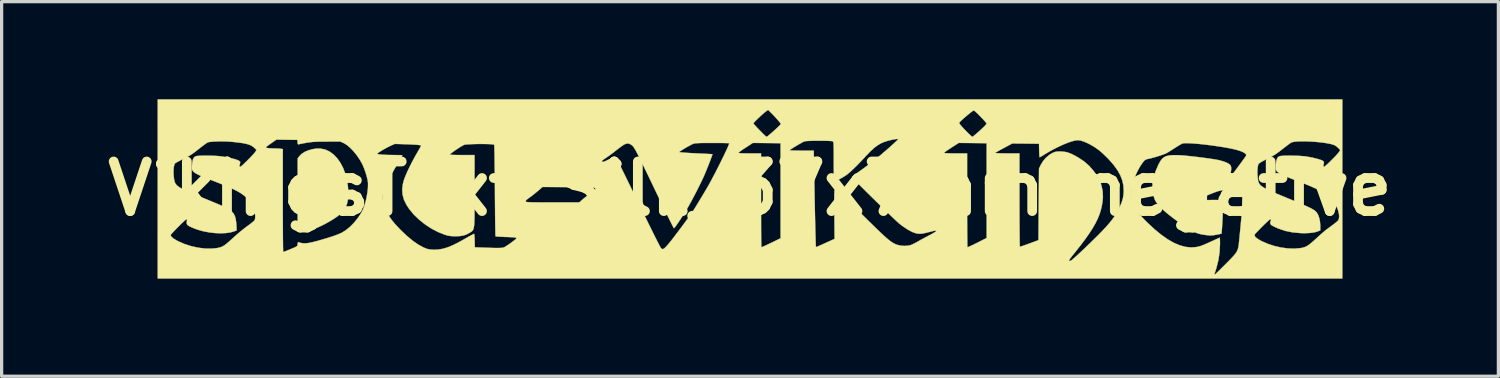
<source format=kicad_pcb>
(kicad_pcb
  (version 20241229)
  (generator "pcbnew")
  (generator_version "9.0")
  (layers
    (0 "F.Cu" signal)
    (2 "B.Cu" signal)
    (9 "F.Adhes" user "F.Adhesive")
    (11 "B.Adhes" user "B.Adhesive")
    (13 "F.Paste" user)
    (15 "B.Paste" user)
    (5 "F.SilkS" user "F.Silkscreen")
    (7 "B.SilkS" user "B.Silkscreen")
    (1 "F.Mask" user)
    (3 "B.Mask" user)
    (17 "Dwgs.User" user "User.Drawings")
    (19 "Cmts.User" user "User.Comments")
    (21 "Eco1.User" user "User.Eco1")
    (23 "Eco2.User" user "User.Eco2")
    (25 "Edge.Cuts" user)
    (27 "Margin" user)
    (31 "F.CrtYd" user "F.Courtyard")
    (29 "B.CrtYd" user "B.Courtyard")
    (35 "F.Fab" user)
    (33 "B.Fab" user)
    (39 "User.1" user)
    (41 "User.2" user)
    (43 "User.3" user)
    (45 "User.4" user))
  (footprint "VikingsText_Silk_37x7mm_negative"
    (layer "F.Cu")
    (at 20.001 2.748)
    (property "Reference" "VikingsText_Silk_37x7mm_negative" (at 0 0 0) (layer "F.SilkS") (effects (font (size 1.524 1.524) (thickness 0.3))))
    (attr through_hole)
    (fp_poly (pts (xy -13.192 -1.23) (xy -13.054 -1.201) (xy -12.923 -1.14) (xy -12.801 -1.052) (xy -12.691 -0.937) (xy -12.592 -0.799) (xy -12.508 -0.641) (xy -12.44 -0.464) (xy -12.39 -0.272) (xy -12.358 -0.066) (xy -12.351 0.034) (xy -12.348 0.203) (xy -12.359 0.346) (xy -12.387 0.469) (xy -12.432 0.577) (xy -12.496 0.676) (xy -12.561 0.751) (xy -12.631 0.813) (xy -12.727 0.884) (xy -12.841 0.958) (xy -12.968 1.033) (xy -13.1 1.104) (xy -13.232 1.168) (xy -13.357 1.222) (xy -13.42 1.245) (xy -13.515 1.273) (xy -13.61 1.291) (xy -13.723 1.3) (xy -13.729 1.3) (xy -13.902 1.308) (xy -13.902 -0.929) (xy -13.847 -1.002) (xy -13.776 -1.072) (xy -13.68 -1.133) (xy -13.564 -1.181) (xy -13.438 -1.215) (xy -13.308 -1.232) (xy -13.192 -1.23)) (stroke (width 0.01) (type solid)) (fill yes) (layer "F.SilkS"))
    (fp_poly (pts (xy 18.203 2.76) (xy -18.203 2.76) (xy -18.203 1.417) (xy -17.803 1.417) (xy -17.802 1.449) (xy -17.771 1.489) (xy -17.712 1.537) (xy -17.625 1.59) (xy -17.578 1.615) (xy -17.382 1.701) (xy -17.174 1.768) (xy -16.959 1.815) (xy -16.747 1.841) (xy -16.543 1.843) (xy -16.392 1.828) (xy -16.322 1.814) (xy -16.26 1.796) (xy -16.202 1.77) (xy -16.142 1.733) (xy -16.075 1.681) (xy -15.994 1.611) (xy -15.904 1.529) (xy -15.811 1.445) (xy -15.709 1.357) (xy -15.605 1.271) (xy -15.51 1.197) (xy -15.463 1.162) (xy -15.388 1.107) (xy -15.321 1.055) (xy -15.268 1.011) (xy -15.235 0.98) (xy -15.229 0.972) (xy -15.214 0.94) (xy -15.208 0.895) (xy -15.208 0.828) (xy -15.21 0.803) (xy -15.234 0.668) (xy -15.287 0.532) (xy -15.365 0.403) (xy -15.459 0.294) (xy -15.518 0.238) (xy -15.584 0.186) (xy -15.659 0.135) (xy -15.745 0.084) (xy -15.848 0.031) (xy -15.969 -0.025) (xy -16.111 -0.087) (xy -16.28 -0.155) (xy -16.476 -0.232) (xy -16.51 -0.245) (xy -16.667 -0.306) (xy -16.796 -0.358) (xy -16.898 -0.401) (xy -16.978 -0.439) (xy -17.038 -0.471) (xy -17.081 -0.5) (xy -17.112 -0.528) (xy -17.12 -0.537) (xy -17.138 -0.564) (xy -17.149 -0.593) (xy -17.152 -0.634) (xy -17.15 -0.695) (xy -17.149 -0.723) (xy -17.137 -0.831) (xy -17.117 -0.91) (xy -17.085 -0.963) (xy -17.041 -0.994) (xy -17.01 -1.002) (xy -16.946 -1.009) (xy -16.857 -1.013) (xy -16.75 -1.015) (xy -16.633 -1.014) (xy -16.514 -1.011) (xy -16.401 -1.006) (xy -16.302 -0.998) (xy -16.235 -0.99) (xy -16.092 -0.966) (xy -15.963 -0.94) (xy -15.853 -0.912) (xy -15.765 -0.884) (xy -15.704 -0.856) (xy -15.672 -0.83) (xy -15.672 -0.83) (xy -15.67 -0.803) (xy -15.678 -0.761) (xy -15.681 -0.752) (xy -15.692 -0.704) (xy -15.686 -0.677) (xy -15.682 -0.672) (xy -15.668 -0.672) (xy -15.64 -0.688) (xy -15.598 -0.723) (xy -15.537 -0.78) (xy -15.456 -0.859) (xy -15.451 -0.864) (xy -15.379 -0.937) (xy -15.313 -1.006) (xy -15.258 -1.065) (xy -15.219 -1.11) (xy -15.203 -1.132) (xy -15.168 -1.188) (xy -15.224 -1.246) (xy -15.249 -1.268) (xy -14.884 -1.268) (xy -14.868 -1.257) (xy -14.824 -1.248) (xy -14.758 -1.241) (xy -14.675 -1.237) (xy -14.622 -1.236) (xy -14.548 -1.235) (xy -14.478 -1.231) (xy -14.427 -1.226) (xy -14.423 -1.225) (xy -14.359 -1.215) (xy -14.359 0.355) (xy -14.359 0.583) (xy -14.359 0.801) (xy -14.358 1.007) (xy -14.358 1.198) (xy -14.357 1.373) (xy -14.356 1.529) (xy -14.354 1.663) (xy -14.353 1.773) (xy -14.351 1.857) (xy -14.35 1.912) (xy -14.348 1.936) (xy -14.348 1.937) (xy -14.323 1.942) (xy -14.318 1.941) (xy -14.295 1.931) (xy -14.249 1.912) (xy -14.187 1.887) (xy -14.148 1.871) (xy -14.055 1.832) (xy -13.989 1.804) (xy -13.946 1.781) (xy -13.92 1.762) (xy -13.907 1.743) (xy -13.903 1.72) (xy -13.902 1.7) (xy -13.899 1.661) (xy -13.888 1.647) (xy -13.873 1.649) (xy -13.807 1.667) (xy -13.745 1.678) (xy -13.682 1.681) (xy -13.612 1.676) (xy -13.529 1.663) (xy -13.43 1.641) (xy -13.307 1.609) (xy -13.191 1.577) (xy -12.985 1.516) (xy -12.812 1.46) (xy -12.672 1.409) (xy -12.564 1.363) (xy -12.544 1.353) (xy -12.419 1.275) (xy -12.292 1.171) (xy -12.169 1.046) (xy -12.056 0.907) (xy -11.959 0.761) (xy -11.895 0.638) (xy -11.852 0.526) (xy -11.813 0.393) (xy -11.781 0.249) (xy -11.757 0.104) (xy -11.742 -0.034) (xy -11.74 -0.154) (xy -11.742 -0.193) (xy -11.757 -0.284) (xy -11.785 -0.394) (xy -11.821 -0.514) (xy -11.864 -0.632) (xy -11.909 -0.738) (xy -11.922 -0.765) (xy -11.997 -0.897) (xy -12.085 -1.025) (xy -12.124 -1.074) (xy -11.459 -1.074) (xy -11.446 -1.064) (xy -11.403 -1.055) (xy -11.332 -1.047) (xy -11.239 -1.041) (xy -11.125 -1.036) (xy -10.996 -1.034) (xy -10.909 -1.033) (xy -10.827 -1.032) (xy -10.758 -1.031) (xy -10.709 -1.028) (xy -10.686 -1.025) (xy -10.685 -1.025) (xy -10.693 -1.008) (xy -10.716 -0.967) (xy -10.75 -0.907) (xy -10.793 -0.833) (xy -10.832 -0.767) (xy -10.941 -0.58) (xy -11.033 -0.419) (xy -11.108 -0.28) (xy -11.169 -0.16) (xy -11.216 -0.056) (xy -11.25 0.035) (xy -11.272 0.116) (xy -11.284 0.191) (xy -11.288 0.263) (xy -11.283 0.334) (xy -11.271 0.408) (xy -11.235 0.55) (xy -11.183 0.686) (xy -11.11 0.82) (xy -11.016 0.958) (xy -10.897 1.102) (xy -10.75 1.258) (xy -10.737 1.271) (xy -10.545 1.453) (xy -10.365 1.602) (xy -10.194 1.721) (xy -10.034 1.808) (xy -9.933 1.849) (xy -9.836 1.87) (xy -9.719 1.878) (xy -9.591 1.872) (xy -9.464 1.852) (xy -9.44 1.847) (xy -9.337 1.818) (xy -9.232 1.781) (xy -9.118 1.731) (xy -8.991 1.668) (xy -8.845 1.588) (xy -8.766 1.543) (xy -8.68 1.494) (xy -8.604 1.451) (xy -8.542 1.418) (xy -8.5 1.396) (xy -8.483 1.389) (xy -8.477 1.404) (xy -8.471 1.448) (xy -8.466 1.512) (xy -8.463 1.59) (xy -8.463 1.596) (xy -8.458 1.803) (xy -8.052 1.817) (xy -7.905 1.822) (xy -7.789 1.824) (xy -7.701 1.823) (xy -7.636 1.82) (xy -7.593 1.815) (xy -7.579 1.812) (xy -7.544 1.796) (xy -7.493 1.765) (xy -7.431 1.725) (xy -7.365 1.679) (xy -7.301 1.632) (xy -7.245 1.588) (xy -7.203 1.552) (xy -7.181 1.528) (xy -7.18 1.524) (xy -7.184 1.514) (xy -7.2 1.506) (xy -7.231 1.5) (xy -7.282 1.494) (xy -7.357 1.49) (xy -7.458 1.486) (xy -7.533 1.484) (xy -7.627 1.48) (xy -7.708 1.476) (xy -7.771 1.471) (xy -7.811 1.467) (xy -7.821 1.464) (xy -7.823 1.446) (xy -7.825 1.397) (xy -7.826 1.318) (xy -7.829 1.214) (xy -7.831 1.085) (xy -7.833 0.935) (xy -7.835 0.767) (xy -7.836 0.583) (xy -7.838 0.384) (xy -7.838 0.384) (xy -6.896 0.384) (xy -6.89 0.4) (xy -6.89 0.401) (xy -6.879 0.406) (xy -6.857 0.411) (xy -6.82 0.414) (xy -6.765 0.417) (xy -6.69 0.42) (xy -6.593 0.421) (xy -6.47 0.422) (xy -6.32 0.423) (xy -6.14 0.423) (xy -6.061 0.423) (xy -5.251 0.423) (xy -5.136 0.325) (xy -5.066 0.267) (xy -4.984 0.201) (xy -4.905 0.14) (xy -4.89 0.129) (xy -4.832 0.085) (xy -4.786 0.049) (xy -4.757 0.024) (xy -4.75 0.017) (xy -4.755 -0.003) (xy -4.77 -0.019) (xy -4.782 -0.025) (xy -4.807 -0.03) (xy -4.847 -0.034) (xy -4.904 -0.037) (xy -4.982 -0.04) (xy -5.082 -0.042) (xy -5.208 -0.044) (xy -5.362 -0.046) (xy -5.546 -0.047) (xy -5.587 -0.047) (xy -6.377 -0.052) (xy -6.512 0.064) (xy -6.581 0.121) (xy -6.652 0.179) (xy -6.715 0.228) (xy -6.739 0.245) (xy -6.813 0.298) (xy -6.861 0.336) (xy -6.888 0.364) (xy -6.896 0.384) (xy -7.838 0.384) (xy -7.84 0.175) (xy -7.84 0.062) (xy -7.842 -0.152) (xy -7.844 -0.357) (xy -7.846 -0.55) (xy -7.848 -0.728) (xy -7.849 -0.846) (xy -4.555 -0.846) (xy -4.543 -0.824) (xy -4.507 -0.824) (xy -4.445 -0.846) (xy -4.392 -0.873) (xy -4.299 -0.914) (xy -4.222 -0.928) (xy -4.155 -0.913) (xy -4.095 -0.868) (xy -4.038 -0.792) (xy -4.011 -0.746) (xy -3.996 -0.716) (xy -3.967 -0.658) (xy -3.926 -0.575) (xy -3.874 -0.469) (xy -3.811 -0.342) (xy -3.741 -0.198) (xy -3.663 -0.038) (xy -3.578 0.135) (xy -3.489 0.317) (xy -3.396 0.508) (xy -3.368 0.567) (xy -3.275 0.758) (xy -3.185 0.941) (xy -3.101 1.113) (xy -3.022 1.272) (xy -2.951 1.416) (xy -2.888 1.542) (xy -2.834 1.647) (xy -2.791 1.731) (xy -2.76 1.789) (xy -2.742 1.82) (xy -2.739 1.824) (xy -2.706 1.854) (xy -2.677 1.859) (xy -2.641 1.84) (xy -2.613 1.816) (xy -2.58 1.783) (xy -2.533 1.731) (xy -2.48 1.669) (xy -2.452 1.634) (xy -2.408 1.579) (xy -2.35 1.504) (xy -2.282 1.413) (xy -2.205 1.313) (xy -2.126 1.207) (xy -2.047 1.101) (xy -1.972 0.999) (xy -1.905 0.908) (xy -1.85 0.832) (xy -1.81 0.776) (xy -1.8 0.762) (xy -1.756 0.695) (xy -1.699 0.604) (xy -1.633 0.497) (xy -1.56 0.378) (xy -1.486 0.255) (xy -1.413 0.133) (xy -1.345 0.019) (xy -1.287 -0.082) (xy -1.261 -0.128) (xy -1.2 -0.239) (xy -1.136 -0.36) (xy -1.068 -0.488) (xy -1.001 -0.62) (xy -0.934 -0.752) (xy -0.87 -0.881) (xy -0.81 -1.003) (xy -0.763 -1.101) (xy -0.356 -1.101) (xy -0.339 -1.095) (xy -0.289 -1.089) (xy -0.209 -1.086) (xy -0.097 -1.084) (xy -0.008 -1.084) (xy 0.339 -1.084) (xy 0.339 0.353) (xy 0.339 0.57) (xy 0.339 0.778) (xy 0.34 0.974) (xy 0.34 1.154) (xy 0.341 1.318) (xy 0.342 1.462) (xy 0.343 1.583) (xy 0.345 1.68) (xy 0.346 1.75) (xy 0.347 1.79) (xy 0.348 1.799) (xy 0.366 1.795) (xy 0.409 1.778) (xy 0.472 1.75) (xy 0.552 1.713) (xy 0.642 1.67) (xy 0.649 1.667) (xy 0.94 1.525) (xy 0.94 -1.181) (xy 1.219 -1.181) (xy 1.235 -1.177) (xy 1.281 -1.174) (xy 1.35 -1.171) (xy 1.438 -1.17) (xy 1.541 -1.169) (xy 1.589 -1.168) (xy 1.959 -1.168) (xy 1.97 -0.521) (xy 1.975 -0.26) (xy 1.98 -0.006) (xy 1.985 0.24) (xy 1.989 0.476) (xy 1.994 0.699) (xy 1.999 0.907) (xy 2.003 1.098) (xy 2.007 1.27) (xy 2.011 1.42) (xy 2.015 1.547) (xy 2.018 1.648) (xy 2.02 1.721) (xy 2.023 1.763) (xy 2.024 1.774) (xy 2.034 1.793) (xy 2.037 1.795) (xy 2.053 1.788) (xy 2.096 1.77) (xy 2.159 1.742) (xy 2.238 1.707) (xy 2.321 1.669) (xy 2.599 1.544) (xy 2.593 0.789) (xy 2.592 0.609) (xy 2.591 0.461) (xy 2.59 0.34) (xy 2.59 0.245) (xy 2.591 0.172) (xy 2.593 0.118) (xy 2.595 0.08) (xy 2.599 0.056) (xy 2.604 0.042) (xy 2.61 0.036) (xy 2.617 0.034) (xy 2.621 0.034) (xy 2.656 0.044) (xy 2.699 0.068) (xy 2.703 0.071) (xy 2.723 0.089) (xy 2.766 0.129) (xy 2.828 0.188) (xy 2.907 0.265) (xy 3.001 0.357) (xy 3.107 0.462) (xy 3.224 0.577) (xy 3.35 0.7) (xy 3.471 0.821) (xy 3.637 0.985) (xy 3.782 1.127) (xy 3.906 1.248) (xy 4.014 1.351) (xy 4.106 1.437) (xy 4.185 1.508) (xy 4.252 1.565) (xy 4.311 1.611) (xy 4.363 1.648) (xy 4.41 1.676) (xy 4.455 1.699) (xy 4.499 1.718) (xy 4.525 1.727) (xy 4.63 1.752) (xy 4.748 1.76) (xy 4.862 1.752) (xy 4.94 1.734) (xy 4.995 1.711) (xy 5.065 1.677) (xy 5.134 1.639) (xy 5.139 1.636) (xy 5.198 1.602) (xy 5.278 1.558) (xy 5.369 1.509) (xy 5.462 1.46) (xy 5.485 1.448) (xy 5.565 1.405) (xy 5.634 1.366) (xy 5.686 1.334) (xy 5.716 1.312) (xy 5.721 1.306) (xy 5.721 1.295) (xy 5.711 1.29) (xy 5.686 1.291) (xy 5.642 1.299) (xy 5.574 1.316) (xy 5.479 1.34) (xy 5.463 1.344) (xy 5.381 1.364) (xy 5.3 1.379) (xy 5.234 1.387) (xy 5.209 1.388) (xy 5.103 1.373) (xy 4.983 1.33) (xy 4.848 1.258) (xy 4.697 1.157) (xy 4.592 1.077) (xy 4.559 1.049) (xy 4.507 1.001) (xy 4.438 0.936) (xy 4.355 0.857) (xy 4.26 0.766) (xy 4.156 0.665) (xy 4.045 0.558) (xy 3.931 0.446) (xy 3.815 0.332) (xy 3.7 0.219) (xy 3.589 0.11) (xy 3.485 0.006) (xy 3.389 -0.09) (xy 3.305 -0.175) (xy 3.234 -0.247) (xy 3.18 -0.303) (xy 3.146 -0.34) (xy 3.133 -0.357) (xy 3.133 -0.357) (xy 3.146 -0.37) (xy 3.183 -0.399) (xy 3.239 -0.441) (xy 3.31 -0.494) (xy 3.392 -0.553) (xy 3.408 -0.564) (xy 3.513 -0.64) (xy 3.627 -0.726) (xy 3.741 -0.812) (xy 3.844 -0.893) (xy 3.903 -0.94) (xy 3.985 -1.008) (xy 4.074 -1.083) (xy 4.092 -1.099) (xy 5.961 -1.099) (xy 5.977 -1.094) (xy 6.022 -1.09) (xy 6.091 -1.087) (xy 6.179 -1.085) (xy 6.281 -1.084) (xy 6.316 -1.084) (xy 6.672 -1.084) (xy 6.672 0.353) (xy 6.672 0.57) (xy 6.672 0.778) (xy 6.673 0.974) (xy 6.674 1.155) (xy 6.674 1.318) (xy 6.676 1.462) (xy 6.677 1.584) (xy 6.678 1.681) (xy 6.68 1.751) (xy 6.681 1.791) (xy 6.682 1.8) (xy 6.7 1.796) (xy 6.743 1.778) (xy 6.806 1.75) (xy 6.885 1.712) (xy 6.975 1.667) (xy 6.983 1.663) (xy 7.273 1.516) (xy 7.273 -1.097) (xy 7.535 -1.097) (xy 7.551 -1.093) (xy 7.597 -1.09) (xy 7.666 -1.087) (xy 7.755 -1.085) (xy 7.858 -1.084) (xy 7.908 -1.084) (xy 8.28 -1.084) (xy 8.28 0.346) (xy 8.281 0.563) (xy 8.281 0.77) (xy 8.282 0.965) (xy 8.283 1.145) (xy 8.284 1.308) (xy 8.285 1.451) (xy 8.287 1.572) (xy 8.288 1.667) (xy 8.29 1.736) (xy 8.292 1.775) (xy 8.293 1.783) (xy 8.312 1.78) (xy 8.358 1.767) (xy 8.424 1.744) (xy 8.506 1.716) (xy 8.585 1.687) (xy 8.865 1.583) (xy 8.873 0.482) (xy 8.882 -0.618) (xy 8.938 -0.734) (xy 9.007 -0.846) (xy 9.097 -0.951) (xy 9.2 -1.039) (xy 9.29 -1.094) (xy 9.343 -1.118) (xy 9.39 -1.133) (xy 9.441 -1.14) (xy 9.51 -1.142) (xy 9.542 -1.142) (xy 9.633 -1.137) (xy 9.717 -1.124) (xy 9.801 -1.099) (xy 9.892 -1.061) (xy 9.998 -1.007) (xy 10.102 -0.947) (xy 10.276 -0.831) (xy 10.426 -0.698) (xy 10.559 -0.544) (xy 10.628 -0.447) (xy 10.729 -0.273) (xy 10.799 -0.101) (xy 10.837 0.074) (xy 10.846 0.255) (xy 10.837 0.373) (xy 10.815 0.514) (xy 10.784 0.651) (xy 10.741 0.787) (xy 10.685 0.925) (xy 10.615 1.067) (xy 10.528 1.218) (xy 10.424 1.379) (xy 10.301 1.554) (xy 10.156 1.746) (xy 9.989 1.958) (xy 9.95 2.006) (xy 9.889 2.082) (xy 9.847 2.136) (xy 9.821 2.173) (xy 9.809 2.197) (xy 9.808 2.212) (xy 9.815 2.223) (xy 9.815 2.223) (xy 9.827 2.227) (xy 9.847 2.22) (xy 9.878 2.201) (xy 9.92 2.168) (xy 9.977 2.119) (xy 10.05 2.053) (xy 10.142 1.968) (xy 10.253 1.863) (xy 10.386 1.736) (xy 10.555 1.572) (xy 10.701 1.428) (xy 10.826 1.3) (xy 10.933 1.186) (xy 11.025 1.082) (xy 11.103 0.987) (xy 11.171 0.896) (xy 11.23 0.807) (xy 11.284 0.717) (xy 11.334 0.623) (xy 11.357 0.576) (xy 11.42 0.432) (xy 11.46 0.3) (xy 11.479 0.181) (xy 11.726 0.181) (xy 11.735 0.302) (xy 11.757 0.403) (xy 11.758 0.406) (xy 11.796 0.506) (xy 11.839 0.596) (xy 11.891 0.682) (xy 11.956 0.77) (xy 12.037 0.864) (xy 12.139 0.971) (xy 12.212 1.043) (xy 12.429 1.245) (xy 12.636 1.415) (xy 12.834 1.555) (xy 13.023 1.663) (xy 13.204 1.741) (xy 13.379 1.789) (xy 13.548 1.807) (xy 13.712 1.796) (xy 13.834 1.768) (xy 13.882 1.751) (xy 13.953 1.723) (xy 14.038 1.686) (xy 14.13 1.645) (xy 14.177 1.624) (xy 14.262 1.585) (xy 14.335 1.551) (xy 14.392 1.525) (xy 14.427 1.51) (xy 14.436 1.507) (xy 14.439 1.523) (xy 14.442 1.566) (xy 14.444 1.629) (xy 14.444 1.701) (xy 14.431 1.956) (xy 14.393 2.206) (xy 14.333 2.44) (xy 14.306 2.524) (xy 14.288 2.58) (xy 14.279 2.615) (xy 14.277 2.634) (xy 14.28 2.641) (xy 14.285 2.642) (xy 14.299 2.63) (xy 14.334 2.598) (xy 14.387 2.547) (xy 14.453 2.482) (xy 14.53 2.405) (xy 14.616 2.32) (xy 14.617 2.319) (xy 14.722 2.213) (xy 14.806 2.126) (xy 14.871 2.055) (xy 14.92 1.995) (xy 14.955 1.942) (xy 14.98 1.894) (xy 14.998 1.845) (xy 15.01 1.791) (xy 15.019 1.734) (xy 15.024 1.694) (xy 15.031 1.626) (xy 15.04 1.534) (xy 15.049 1.448) (xy 15.507 1.448) (xy 15.537 1.491) (xy 15.6 1.541) (xy 15.694 1.597) (xy 15.714 1.608) (xy 15.902 1.692) (xy 16.104 1.759) (xy 16.314 1.808) (xy 16.523 1.837) (xy 16.724 1.844) (xy 16.909 1.829) (xy 16.916 1.828) (xy 16.988 1.814) (xy 17.051 1.795) (xy 17.11 1.768) (xy 17.172 1.729) (xy 17.241 1.675) (xy 17.325 1.602) (xy 17.396 1.538) (xy 17.476 1.465) (xy 17.554 1.394) (xy 17.626 1.332) (xy 17.683 1.284) (xy 17.713 1.261) (xy 17.771 1.218) (xy 17.843 1.165) (xy 17.916 1.11) (xy 17.936 1.096) (xy 17.995 1.05) (xy 18.045 1.007) (xy 18.078 0.975) (xy 18.086 0.964) (xy 18.105 0.896) (xy 18.105 0.808) (xy 18.086 0.706) (xy 18.051 0.598) (xy 17.999 0.49) (xy 17.988 0.471) (xy 17.938 0.393) (xy 17.881 0.321) (xy 17.813 0.254) (xy 17.734 0.19) (xy 17.638 0.127) (xy 17.524 0.063) (xy 17.389 -0.003) (xy 17.23 -0.074) (xy 17.044 -0.15) (xy 16.84 -0.229) (xy 16.676 -0.292) (xy 16.54 -0.346) (xy 16.431 -0.392) (xy 16.346 -0.432) (xy 16.28 -0.466) (xy 16.233 -0.496) (xy 16.2 -0.524) (xy 16.188 -0.537) (xy 16.17 -0.564) (xy 16.159 -0.592) (xy 16.156 -0.63) (xy 16.158 -0.689) (xy 16.16 -0.725) (xy 16.172 -0.832) (xy 16.192 -0.91) (xy 16.221 -0.962) (xy 16.263 -0.992) (xy 16.298 -1.002) (xy 16.363 -1.009) (xy 16.453 -1.014) (xy 16.561 -1.015) (xy 16.679 -1.014) (xy 16.799 -1.011) (xy 16.913 -1.005) (xy 17.013 -0.998) (xy 17.081 -0.99) (xy 17.198 -0.97) (xy 17.312 -0.947) (xy 17.417 -0.921) (xy 17.506 -0.896) (xy 17.573 -0.872) (xy 17.603 -0.856) (xy 17.634 -0.829) (xy 17.64 -0.797) (xy 17.637 -0.782) (xy 17.624 -0.716) (xy 17.626 -0.679) (xy 17.639 -0.669) (xy 17.659 -0.68) (xy 17.697 -0.712) (xy 17.75 -0.759) (xy 17.811 -0.817) (xy 17.876 -0.881) (xy 17.941 -0.946) (xy 18.001 -1.008) (xy 18.05 -1.063) (xy 18.086 -1.104) (xy 18.096 -1.118) (xy 18.141 -1.187) (xy 18.083 -1.247) (xy 18.032 -1.292) (xy 17.975 -1.33) (xy 17.958 -1.339) (xy 17.887 -1.363) (xy 17.791 -1.385) (xy 17.676 -1.405) (xy 17.546 -1.422) (xy 17.408 -1.436) (xy 17.265 -1.446) (xy 17.125 -1.453) (xy 16.991 -1.455) (xy 16.87 -1.453) (xy 16.766 -1.446) (xy 16.686 -1.434) (xy 16.636 -1.418) (xy 16.605 -1.398) (xy 16.554 -1.362) (xy 16.488 -1.312) (xy 16.412 -1.254) (xy 16.356 -1.211) (xy 16.252 -1.13) (xy 16.161 -1.065) (xy 16.072 -1.01) (xy 15.976 -0.957) (xy 15.888 -0.912) (xy 15.804 -0.87) (xy 15.731 -0.83) (xy 15.673 -0.795) (xy 15.637 -0.77) (xy 15.629 -0.761) (xy 15.612 -0.71) (xy 15.6 -0.636) (xy 15.594 -0.547) (xy 15.593 -0.452) (xy 15.6 -0.364) (xy 15.607 -0.304) (xy 15.615 -0.253) (xy 15.626 -0.207) (xy 15.643 -0.167) (xy 15.668 -0.129) (xy 15.704 -0.092) (xy 15.752 -0.056) (xy 15.815 -0.017) (xy 15.896 0.025) (xy 15.997 0.072) (xy 16.119 0.126) (xy 16.267 0.188) (xy 16.441 0.26) (xy 16.612 0.331) (xy 16.786 0.403) (xy 16.931 0.464) (xy 17.051 0.516) (xy 17.148 0.56) (xy 17.226 0.597) (xy 17.287 0.63) (xy 17.334 0.659) (xy 17.371 0.686) (xy 17.399 0.713) (xy 17.415 0.731) (xy 17.458 0.801) (xy 17.492 0.896) (xy 17.516 1.006) (xy 17.526 1.124) (xy 17.526 1.143) (xy 17.526 1.283) (xy 17.458 1.31) (xy 17.347 1.343) (xy 17.206 1.362) (xy 17.04 1.369) (xy 16.925 1.366) (xy 16.675 1.343) (xy 16.444 1.296) (xy 16.228 1.222) (xy 16.115 1.17) (xy 16.052 1.137) (xy 16.015 1.112) (xy 15.995 1.088) (xy 15.988 1.062) (xy 15.991 1.018) (xy 16.003 0.989) (xy 16.015 0.962) (xy 16.004 0.944) (xy 15.991 0.942) (xy 15.967 0.955) (xy 15.93 0.985) (xy 15.875 1.035) (xy 15.802 1.105) (xy 15.755 1.152) (xy 15.682 1.225) (xy 15.617 1.292) (xy 15.563 1.348) (xy 15.526 1.389) (xy 15.508 1.411) (xy 15.508 1.411) (xy 15.507 1.448) (xy 15.049 1.448) (xy 15.051 1.423) (xy 15.063 1.296) (xy 15.077 1.158) (xy 15.09 1.013) (xy 15.104 0.864) (xy 15.118 0.717) (xy 15.13 0.575) (xy 15.142 0.443) (xy 15.153 0.324) (xy 15.161 0.223) (xy 15.168 0.144) (xy 15.172 0.091) (xy 15.173 0.07) (xy 15.172 0.03) (xy 14.821 0.038) (xy 14.698 0.042) (xy 14.603 0.045) (xy 14.526 0.051) (xy 14.46 0.06) (xy 14.399 0.074) (xy 14.335 0.094) (xy 14.26 0.121) (xy 14.167 0.158) (xy 14.139 0.169) (xy 14.036 0.212) (xy 13.943 0.253) (xy 13.866 0.292) (xy 13.808 0.324) (xy 13.774 0.348) (xy 13.767 0.358) (xy 13.782 0.364) (xy 13.823 0.365) (xy 13.881 0.361) (xy 13.942 0.356) (xy 14.021 0.352) (xy 14.111 0.35) (xy 14.207 0.348) (xy 14.301 0.348) (xy 14.387 0.349) (xy 14.46 0.351) (xy 14.512 0.355) (xy 14.538 0.36) (xy 14.539 0.361) (xy 14.541 0.379) (xy 14.541 0.427) (xy 14.539 0.498) (xy 14.536 0.587) (xy 14.532 0.69) (xy 14.527 0.801) (xy 14.522 0.915) (xy 14.516 1.027) (xy 14.51 1.132) (xy 14.505 1.225) (xy 14.499 1.301) (xy 14.495 1.354) (xy 14.491 1.38) (xy 14.49 1.382) (xy 14.473 1.387) (xy 14.43 1.397) (xy 14.369 1.409) (xy 14.335 1.416) (xy 14.253 1.43) (xy 14.185 1.437) (xy 14.115 1.436) (xy 14.029 1.428) (xy 14.023 1.427) (xy 13.921 1.413) (xy 13.829 1.394) (xy 13.741 1.368) (xy 13.652 1.333) (xy 13.559 1.285) (xy 13.456 1.224) (xy 13.338 1.146) (xy 13.201 1.05) (xy 13.142 1.007) (xy 12.962 0.872) (xy 12.81 0.751) (xy 12.685 0.642) (xy 12.586 0.543) (xy 12.511 0.453) (xy 12.457 0.371) (xy 12.448 0.353) (xy 12.394 0.204) (xy 12.368 0.039) (xy 12.371 -0.138) (xy 12.402 -0.327) (xy 12.461 -0.524) (xy 12.547 -0.728) (xy 12.561 -0.755) (xy 12.611 -0.845) (xy 12.663 -0.914) (xy 12.721 -0.964) (xy 12.792 -0.999) (xy 12.879 -1.02) (xy 12.988 -1.03) (xy 13.124 -1.03) (xy 13.173 -1.028) (xy 13.258 -1.024) (xy 13.367 -1.015) (xy 13.493 -1.002) (xy 13.631 -0.987) (xy 13.776 -0.97) (xy 13.921 -0.951) (xy 14.06 -0.933) (xy 14.188 -0.914) (xy 14.298 -0.897) (xy 14.385 -0.881) (xy 14.433 -0.87) (xy 14.561 -0.833) (xy 14.661 -0.793) (xy 14.73 -0.753) (xy 14.75 -0.735) (xy 14.776 -0.7) (xy 14.787 -0.66) (xy 14.788 -0.604) (xy 14.783 -0.543) (xy 14.773 -0.489) (xy 14.768 -0.47) (xy 14.76 -0.429) (xy 14.774 -0.411) (xy 14.803 -0.421) (xy 14.817 -0.432) (xy 14.835 -0.453) (xy 14.868 -0.495) (xy 14.914 -0.555) (xy 14.967 -0.627) (xy 15.025 -0.705) (xy 15.084 -0.784) (xy 15.139 -0.86) (xy 15.187 -0.926) (xy 15.224 -0.979) (xy 15.245 -1.011) (xy 15.246 -1.012) (xy 15.249 -1.045) (xy 15.22 -1.081) (xy 15.162 -1.118) (xy 15.077 -1.155) (xy 14.967 -1.189) (xy 14.927 -1.2) (xy 14.815 -1.226) (xy 14.684 -1.252) (xy 14.54 -1.277) (xy 14.385 -1.301) (xy 14.226 -1.324) (xy 14.066 -1.345) (xy 13.91 -1.363) (xy 13.761 -1.378) (xy 13.625 -1.389) (xy 13.505 -1.396) (xy 13.407 -1.399) (xy 13.334 -1.396) (xy 13.298 -1.39) (xy 13.263 -1.375) (xy 13.208 -1.345) (xy 13.14 -1.304) (xy 13.064 -1.256) (xy 13.052 -1.248) (xy 12.974 -1.198) (xy 12.9 -1.151) (xy 12.838 -1.113) (xy 12.794 -1.088) (xy 12.791 -1.086) (xy 12.74 -1.065) (xy 12.665 -1.038) (xy 12.574 -1.008) (xy 12.475 -0.977) (xy 12.378 -0.95) (xy 12.29 -0.927) (xy 12.237 -0.915) (xy 12.188 -0.903) (xy 12.152 -0.889) (xy 12.121 -0.864) (xy 12.086 -0.824) (xy 12.055 -0.782) (xy 11.974 -0.66) (xy 11.897 -0.516) (xy 11.829 -0.362) (xy 11.776 -0.211) (xy 11.747 -0.086) (xy 11.73 0.048) (xy 11.726 0.181) (xy 11.479 0.181) (xy 11.481 0.168) (xy 11.486 0.059) (xy 11.475 -0.102) (xy 11.441 -0.257) (xy 11.381 -0.411) (xy 11.294 -0.566) (xy 11.18 -0.725) (xy 11.035 -0.891) (xy 10.992 -0.936) (xy 10.919 -1.008) (xy 10.842 -1.081) (xy 10.769 -1.146) (xy 10.711 -1.193) (xy 10.602 -1.27) (xy 10.486 -1.34) (xy 10.37 -1.4) (xy 10.26 -1.447) (xy 10.163 -1.478) (xy 10.084 -1.49) (xy 10.079 -1.49) (xy 9.995 -1.481) (xy 9.888 -1.453) (xy 9.762 -1.41) (xy 9.62 -1.352) (xy 9.468 -1.282) (xy 9.31 -1.201) (xy 9.15 -1.112) (xy 9.015 -1.03) (xy 8.963 -0.998) (xy 8.923 -0.975) (xy 8.902 -0.965) (xy 8.901 -0.965) (xy 8.897 -0.981) (xy 8.893 -1.024) (xy 8.889 -1.088) (xy 8.886 -1.167) (xy 8.886 -1.173) (xy 8.882 -1.38) (xy 8.471 -1.385) (xy 8.06 -1.389) (xy 7.798 -1.249) (xy 7.713 -1.203) (xy 7.639 -1.162) (xy 7.582 -1.129) (xy 7.546 -1.106) (xy 7.535 -1.097) (xy 7.273 -1.097) (xy 7.273 -1.397) (xy 6.843 -1.402) (xy 6.414 -1.406) (xy 6.187 -1.26) (xy 6.11 -1.209) (xy 6.044 -1.165) (xy 5.995 -1.129) (xy 5.966 -1.105) (xy 5.961 -1.099) (xy 4.092 -1.099) (xy 4.164 -1.161) (xy 4.254 -1.239) (xy 4.338 -1.314) (xy 4.413 -1.382) (xy 4.476 -1.44) (xy 4.523 -1.486) (xy 4.55 -1.514) (xy 4.555 -1.523) (xy 4.54 -1.528) (xy 4.498 -1.526) (xy 4.436 -1.517) (xy 4.361 -1.502) (xy 4.278 -1.483) (xy 4.237 -1.472) (xy 4.121 -1.435) (xy 4.015 -1.389) (xy 3.914 -1.328) (xy 3.812 -1.25) (xy 3.704 -1.152) (xy 3.585 -1.028) (xy 3.57 -1.012) (xy 3.44 -0.872) (xy 3.317 -0.744) (xy 3.203 -0.631) (xy 3.102 -0.536) (xy 3.016 -0.462) (xy 2.973 -0.427) (xy 2.919 -0.391) (xy 2.853 -0.35) (xy 2.782 -0.309) (xy 2.712 -0.272) (xy 2.652 -0.242) (xy 2.608 -0.224) (xy 2.591 -0.22) (xy 2.586 -0.237) (xy 2.582 -0.288) (xy 2.578 -0.372) (xy 2.576 -0.489) (xy 2.574 -0.639) (xy 2.574 -0.822) (xy 2.574 -0.829) (xy 2.574 -0.989) (xy 2.573 -1.118) (xy 2.573 -1.22) (xy 2.571 -1.299) (xy 2.569 -1.356) (xy 2.566 -1.397) (xy 2.562 -1.424) (xy 2.556 -1.441) (xy 2.549 -1.45) (xy 2.541 -1.456) (xy 2.513 -1.462) (xy 2.456 -1.466) (xy 2.378 -1.47) (xy 2.284 -1.472) (xy 2.18 -1.473) (xy 2.072 -1.473) (xy 1.965 -1.472) (xy 1.867 -1.469) (xy 1.782 -1.466) (xy 1.717 -1.461) (xy 1.678 -1.455) (xy 1.675 -1.454) (xy 1.64 -1.439) (xy 1.587 -1.411) (xy 1.523 -1.375) (xy 1.452 -1.334) (xy 1.381 -1.291) (xy 1.316 -1.251) (xy 1.263 -1.216) (xy 1.229 -1.192) (xy 1.219 -1.181) (xy 0.94 -1.181) (xy 0.94 -1.397) (xy 0.513 -1.402) (xy 0.087 -1.406) (xy -0.134 -1.262) (xy -0.21 -1.212) (xy -0.275 -1.167) (xy -0.324 -1.131) (xy -0.351 -1.107) (xy -0.356 -1.101) (xy -0.763 -1.101) (xy -0.757 -1.114) (xy -0.711 -1.212) (xy -0.675 -1.293) (xy -0.651 -1.352) (xy -0.639 -1.388) (xy -0.639 -1.396) (xy -0.658 -1.398) (xy -0.707 -1.4) (xy -0.78 -1.402) (xy -0.875 -1.404) (xy -0.987 -1.405) (xy -1.112 -1.405) (xy -1.161 -1.405) (xy -1.318 -1.405) (xy -1.444 -1.404) (xy -1.544 -1.402) (xy -1.62 -1.398) (xy -1.676 -1.394) (xy -1.715 -1.388) (xy -1.738 -1.382) (xy -1.779 -1.364) (xy -1.837 -1.334) (xy -1.905 -1.297) (xy -1.976 -1.257) (xy -2.045 -1.216) (xy -2.105 -1.178) (xy -2.15 -1.148) (xy -2.174 -1.129) (xy -2.176 -1.125) (xy -2.16 -1.12) (xy -2.113 -1.114) (xy -2.041 -1.108) (xy -1.947 -1.101) (xy -1.834 -1.094) (xy -1.706 -1.088) (xy -1.668 -1.086) (xy -1.54 -1.08) (xy -1.424 -1.074) (xy -1.324 -1.069) (xy -1.243 -1.065) (xy -1.186 -1.061) (xy -1.158 -1.059) (xy -1.155 -1.058) (xy -1.159 -1.042) (xy -1.173 -0.998) (xy -1.197 -0.934) (xy -1.227 -0.854) (xy -1.262 -0.764) (xy -1.3 -0.668) (xy -1.339 -0.571) (xy -1.377 -0.48) (xy -1.412 -0.398) (xy -1.438 -0.339) (xy -1.495 -0.217) (xy -1.565 -0.075) (xy -1.643 0.08) (xy -1.725 0.237) (xy -1.806 0.389) (xy -1.883 0.527) (xy -1.901 0.559) (xy -1.95 0.643) (xy -2.006 0.734) (xy -2.065 0.828) (xy -2.125 0.921) (xy -2.183 1.008) (xy -2.236 1.086) (xy -2.281 1.149) (xy -2.315 1.193) (xy -2.336 1.214) (xy -2.339 1.216) (xy -2.349 1.2) (xy -2.372 1.156) (xy -2.408 1.087) (xy -2.454 0.994) (xy -2.51 0.881) (xy -2.574 0.75) (xy -2.646 0.603) (xy -2.724 0.442) (xy -2.806 0.272) (xy -2.86 0.161) (xy -2.976 -0.082) (xy -3.079 -0.296) (xy -3.17 -0.484) (xy -3.249 -0.647) (xy -3.317 -0.786) (xy -3.375 -0.905) (xy -3.425 -1.004) (xy -3.467 -1.086) (xy -3.502 -1.153) (xy -3.532 -1.206) (xy -3.557 -1.247) (xy -3.578 -1.279) (xy -3.597 -1.303) (xy -3.614 -1.321) (xy -3.63 -1.334) (xy -3.647 -1.346) (xy -3.664 -1.356) (xy -3.707 -1.379) (xy -3.749 -1.389) (xy -3.793 -1.386) (xy -3.844 -1.368) (xy -3.906 -1.333) (xy -3.983 -1.278) (xy -4.08 -1.204) (xy -4.114 -1.178) (xy -4.196 -1.113) (xy -4.281 -1.049) (xy -4.36 -0.992) (xy -4.424 -0.948) (xy -4.432 -0.943) (xy -4.488 -0.905) (xy -4.53 -0.873) (xy -4.553 -0.851) (xy -4.555 -0.846) (xy -7.849 -0.846) (xy -7.85 -0.889) (xy -7.852 -1.029) (xy -7.855 -1.148) (xy -7.857 -1.242) (xy -7.859 -1.308) (xy -7.861 -1.344) (xy -7.863 -1.35) (xy -7.884 -1.358) (xy -7.934 -1.364) (xy -8.007 -1.369) (xy -8.097 -1.372) (xy -8.199 -1.373) (xy -8.308 -1.374) (xy -8.418 -1.372) (xy -8.523 -1.369) (xy -8.619 -1.365) (xy -8.699 -1.36) (xy -8.759 -1.353) (xy -8.789 -1.346) (xy -8.824 -1.329) (xy -8.877 -1.298) (xy -8.941 -1.258) (xy -9.01 -1.213) (xy -9.079 -1.166) (xy -9.141 -1.121) (xy -9.19 -1.083) (xy -9.221 -1.056) (xy -9.228 -1.046) (xy -9.212 -1.042) (xy -9.167 -1.039) (xy -9.098 -1.036) (xy -9.009 -1.034) (xy -8.905 -1.033) (xy -8.848 -1.033) (xy -8.467 -1.033) (xy -8.467 0.072) (xy -8.467 0.301) (xy -8.467 0.497) (xy -8.467 0.665) (xy -8.468 0.807) (xy -8.47 0.925) (xy -8.473 1.022) (xy -8.477 1.099) (xy -8.483 1.161) (xy -8.492 1.208) (xy -8.502 1.244) (xy -8.515 1.272) (xy -8.531 1.293) (xy -8.55 1.31) (xy -8.573 1.326) (xy -8.599 1.343) (xy -8.61 1.351) (xy -8.702 1.403) (xy -8.8 1.438) (xy -8.913 1.457) (xy -9.049 1.463) (xy -9.059 1.463) (xy -9.155 1.46) (xy -9.231 1.453) (xy -9.302 1.438) (xy -9.381 1.415) (xy -9.587 1.333) (xy -9.791 1.227) (xy -9.986 1.099) (xy -10.168 0.954) (xy -10.332 0.797) (xy -10.47 0.631) (xy -10.554 0.505) (xy -10.633 0.346) (xy -10.678 0.186) (xy -10.69 0.024) (xy -10.669 -0.145) (xy -10.634 -0.273) (xy -10.59 -0.39) (xy -10.529 -0.529) (xy -10.456 -0.682) (xy -10.374 -0.844) (xy -10.285 -1.007) (xy -10.235 -1.093) (xy -10.191 -1.17) (xy -10.153 -1.236) (xy -10.126 -1.287) (xy -10.111 -1.316) (xy -10.109 -1.321) (xy -10.122 -1.331) (xy -10.161 -1.34) (xy -10.229 -1.347) (xy -10.326 -1.354) (xy -10.454 -1.361) (xy -10.594 -1.366) (xy -10.917 -1.376) (xy -11.042 -1.32) (xy -11.113 -1.286) (xy -11.189 -1.246) (xy -11.267 -1.203) (xy -11.338 -1.16) (xy -11.398 -1.122) (xy -11.441 -1.092) (xy -11.459 -1.074) (xy -11.459 -1.074) (xy -12.124 -1.074) (xy -12.181 -1.144) (xy -12.28 -1.248) (xy -12.378 -1.333) (xy -12.47 -1.392) (xy -12.484 -1.399) (xy -12.59 -1.448) (xy -13.005 -1.447) (xy -13.147 -1.446) (xy -13.262 -1.445) (xy -13.356 -1.441) (xy -13.437 -1.436) (xy -13.511 -1.428) (xy -13.585 -1.418) (xy -13.633 -1.41) (xy -13.716 -1.395) (xy -13.788 -1.381) (xy -13.843 -1.37) (xy -13.872 -1.363) (xy -13.873 -1.362) (xy -13.891 -1.362) (xy -13.901 -1.383) (xy -13.905 -1.425) (xy -13.911 -1.499) (xy -14.234 -1.503) (xy -14.556 -1.508) (xy -14.72 -1.393) (xy -14.784 -1.348) (xy -14.836 -1.309) (xy -14.872 -1.281) (xy -14.884 -1.268) (xy -15.249 -1.268) (xy -15.272 -1.288) (xy -15.328 -1.323) (xy -15.396 -1.353) (xy -15.482 -1.377) (xy -15.587 -1.399) (xy -15.718 -1.417) (xy -15.876 -1.435) (xy -15.94 -1.441) (xy -16.049 -1.449) (xy -16.166 -1.453) (xy -16.284 -1.454) (xy -16.398 -1.451) (xy -16.501 -1.446) (xy -16.586 -1.438) (xy -16.648 -1.428) (xy -16.671 -1.42) (xy -16.7 -1.402) (xy -16.751 -1.367) (xy -16.817 -1.318) (xy -16.892 -1.26) (xy -16.95 -1.214) (xy -17.051 -1.135) (xy -17.137 -1.072) (xy -17.219 -1.019) (xy -17.307 -0.97) (xy -17.411 -0.917) (xy -17.418 -0.913) (xy -17.501 -0.872) (xy -17.574 -0.834) (xy -17.632 -0.802) (xy -17.667 -0.781) (xy -17.675 -0.774) (xy -17.694 -0.733) (xy -17.709 -0.667) (xy -17.717 -0.583) (xy -17.719 -0.491) (xy -17.714 -0.398) (xy -17.712 -0.377) (xy -17.704 -0.313) (xy -17.695 -0.258) (xy -17.683 -0.21) (xy -17.665 -0.167) (xy -17.639 -0.128) (xy -17.603 -0.091) (xy -17.554 -0.053) (xy -17.49 -0.014) (xy -17.407 0.029) (xy -17.305 0.076) (xy -17.18 0.131) (xy -17.03 0.194) (xy -16.852 0.267) (xy -16.742 0.313) (xy -16.572 0.383) (xy -16.43 0.442) (xy -16.313 0.491) (xy -16.219 0.532) (xy -16.143 0.566) (xy -16.084 0.595) (xy -16.038 0.619) (xy -16.001 0.641) (xy -15.972 0.663) (xy -15.946 0.684) (xy -15.926 0.703) (xy -15.872 0.767) (xy -15.833 0.841) (xy -15.807 0.932) (xy -15.791 1.046) (xy -15.786 1.111) (xy -15.778 1.282) (xy -15.847 1.309) (xy -15.968 1.345) (xy -16.113 1.365) (xy -16.275 1.372) (xy -16.448 1.364) (xy -16.626 1.343) (xy -16.801 1.31) (xy -16.968 1.263) (xy -17.08 1.223) (xy -17.172 1.184) (xy -17.237 1.152) (xy -17.279 1.125) (xy -17.303 1.099) (xy -17.312 1.07) (xy -17.313 1.049) (xy -17.31 1.002) (xy -17.305 0.968) (xy -17.305 0.967) (xy -17.302 0.943) (xy -17.317 0.941) (xy -17.351 0.962) (xy -17.405 1.008) (xy -17.479 1.078) (xy -17.562 1.16) (xy -17.634 1.234) (xy -17.698 1.301) (xy -17.75 1.356) (xy -17.786 1.396) (xy -17.803 1.416) (xy -17.803 1.417) (xy -18.203 1.417) (xy -18.203 -2.006) (xy 0.105 -2.006) (xy 0.118 -1.986) (xy 0.151 -1.948) (xy 0.197 -1.897) (xy 0.253 -1.838) (xy 0.313 -1.776) (xy 0.373 -1.716) (xy 0.427 -1.662) (xy 0.472 -1.621) (xy 0.501 -1.596) (xy 0.51 -1.592) (xy 0.527 -1.603) (xy 0.566 -1.632) (xy 0.62 -1.678) (xy 0.686 -1.735) (xy 0.738 -1.781) (xy 0.808 -1.845) (xy 0.868 -1.901) (xy 0.914 -1.947) (xy 0.942 -1.977) (xy 0.948 -1.987) (xy 0.937 -2.007) (xy 0.924 -2.025) (xy 6.429 -2.025) (xy 6.434 -2.004) (xy 6.461 -1.966) (xy 6.51 -1.908) (xy 6.582 -1.83) (xy 6.617 -1.795) (xy 6.683 -1.727) (xy 6.743 -1.669) (xy 6.791 -1.625) (xy 6.822 -1.598) (xy 6.833 -1.592) (xy 6.851 -1.603) (xy 6.889 -1.633) (xy 6.944 -1.678) (xy 7.009 -1.736) (xy 7.067 -1.787) (xy 7.151 -1.865) (xy 7.211 -1.924) (xy 7.25 -1.967) (xy 7.267 -1.994) (xy 7.268 -2.007) (xy 7.247 -2.037) (xy 7.208 -2.082) (xy 7.157 -2.138) (xy 7.099 -2.198) (xy 7.039 -2.26) (xy 6.982 -2.316) (xy 6.933 -2.362) (xy 6.896 -2.393) (xy 6.878 -2.405) (xy 6.856 -2.394) (xy 6.814 -2.365) (xy 6.759 -2.322) (xy 6.695 -2.27) (xy 6.627 -2.213) (xy 6.562 -2.157) (xy 6.504 -2.104) (xy 6.46 -2.061) (xy 6.433 -2.032) (xy 6.429 -2.025) (xy 0.924 -2.025) (xy 0.907 -2.047) (xy 0.862 -2.101) (xy 0.806 -2.164) (xy 0.745 -2.231) (xy 0.682 -2.296) (xy 0.655 -2.324) (xy 0.556 -2.422) (xy 0.506 -2.386) (xy 0.46 -2.351) (xy 0.403 -2.303) (xy 0.34 -2.247) (xy 0.276 -2.187) (xy 0.216 -2.13) (xy 0.164 -2.078) (xy 0.126 -2.037) (xy 0.106 -2.011) (xy 0.105 -2.006) (xy -18.203 -2.006) (xy -18.203 -2.743) (xy 18.203 -2.743) (xy 18.203 2.76)) (stroke (width 0.01) (type solid)) (fill yes) (layer "F.SilkS")))
  (gr_rect
    (start -3 -3)
    (end 43.001 8.513)
    (stroke (width 0.1) (type default))
    (fill no)
    (layer "Edge.Cuts")))
</source>
